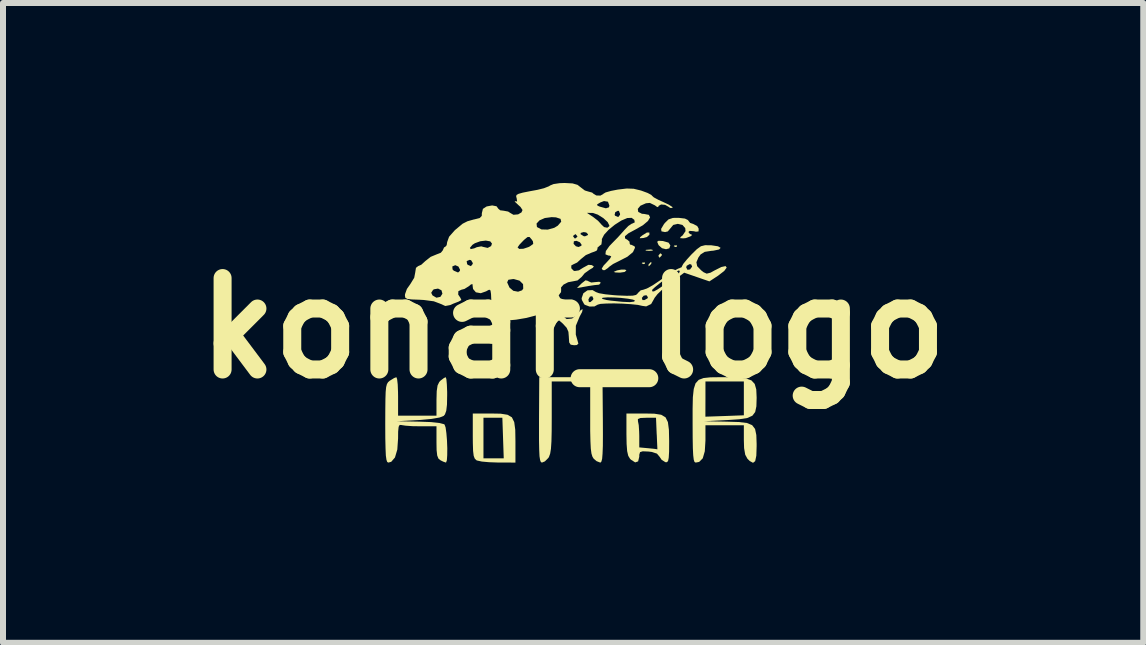
<source format=kicad_pcb>
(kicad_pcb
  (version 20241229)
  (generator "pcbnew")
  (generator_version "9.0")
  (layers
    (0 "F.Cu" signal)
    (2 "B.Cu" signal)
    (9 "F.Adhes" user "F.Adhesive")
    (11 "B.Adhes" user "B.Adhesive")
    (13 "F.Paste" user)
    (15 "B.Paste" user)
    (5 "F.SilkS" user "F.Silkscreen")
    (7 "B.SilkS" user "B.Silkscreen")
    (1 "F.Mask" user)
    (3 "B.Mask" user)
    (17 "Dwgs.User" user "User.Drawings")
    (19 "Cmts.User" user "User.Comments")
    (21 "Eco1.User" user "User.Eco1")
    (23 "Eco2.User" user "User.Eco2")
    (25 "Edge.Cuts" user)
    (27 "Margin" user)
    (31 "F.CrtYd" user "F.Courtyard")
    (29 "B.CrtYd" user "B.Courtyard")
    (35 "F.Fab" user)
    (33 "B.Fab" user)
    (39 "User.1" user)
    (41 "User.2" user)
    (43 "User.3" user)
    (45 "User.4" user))
  (footprint "konar_logo"
    (layer "F.Cu")
    (at 6.502 2.419)
    (property "Reference" "konar_logo" (at 0 0 0) (layer "F.SilkS") (effects (font (size 1.524 1.524) (thickness 0.3))))
    (attr board_only exclude_from_pos_files exclude_from_bom)
    (fp_poly (pts (xy 1.198 -1.091) (xy 1.193 -1.07) (xy 1.174 -1.067) (xy 1.145 -1.08) (xy 1.15 -1.091) (xy 1.192 -1.095)) (stroke (width 0) (type solid)) (fill yes) (layer "F.SilkS"))
    (fp_poly (pts (xy 1.731 -1.376) (xy 1.726 -1.354) (xy 1.708 -1.352) (xy 1.678 -1.365) (xy 1.684 -1.376) (xy 1.726 -1.38)) (stroke (width 0) (type solid)) (fill yes) (layer "F.SilkS"))
    (fp_poly (pts (xy 1.272 -1.556) (xy 1.229 -1.518) (xy 1.171 -1.502) (xy 1.112 -1.498) (xy 1.117 -1.516) (xy 1.154 -1.546) (xy 1.229 -1.593) (xy 1.271 -1.594)) (stroke (width 0) (type solid)) (fill yes) (layer "F.SilkS"))
    (fp_poly (pts (xy 1.305 -1.08) (xy 1.298 -1.067) (xy 1.265 -1.033) (xy 1.259 -1.032) (xy 1.256 -1.055) (xy 1.263 -1.067) (xy 1.296 -1.101) (xy 1.303 -1.103)) (stroke (width 0) (type solid)) (fill yes) (layer "F.SilkS"))
    (fp_poly (pts (xy 1.326 -1.304) (xy 1.327 -1.292) (xy 1.271 -1.288) (xy 1.263 -1.288) (xy 1.208 -1.293) (xy 1.213 -1.304) (xy 1.219 -1.305) (xy 1.297 -1.311)) (stroke (width 0) (type solid)) (fill yes) (layer "F.SilkS"))
    (fp_poly (pts (xy 1.482 -1.223) (xy 1.476 -1.21) (xy 1.444 -1.176) (xy 1.439 -1.174) (xy 1.423 -1.201) (xy 1.423 -1.21) (xy 1.45 -1.244) (xy 1.461 -1.245)) (stroke (width 0) (type solid)) (fill yes) (layer "F.SilkS"))
    (fp_poly (pts (xy 0.868 -0.975) (xy 0.889 -0.961) (xy 0.858 -0.936) (xy 0.783 -0.925) (xy 0.777 -0.925) (xy 0.704 -0.928) (xy 0.678 -0.937) (xy 0.679 -0.938) (xy 0.732 -0.962) (xy 0.806 -0.976)) (stroke (width 0) (type solid)) (fill yes) (layer "F.SilkS"))
    (fp_poly (pts (xy 1.497 -1.452) (xy 1.591 -1.425) (xy 1.621 -1.379) (xy 1.604 -1.33) (xy 1.549 -1.315) (xy 1.482 -1.332) (xy 1.427 -1.381) (xy 1.422 -1.39) (xy 1.401 -1.439) (xy 1.424 -1.456)) (stroke (width 0) (type solid)) (fill yes) (layer "F.SilkS"))
    (fp_poly (pts (xy 0.246 -0.788) (xy 0.248 -0.785) (xy 0.302 -0.76) (xy 0.368 -0.767) (xy 0.436 -0.773) (xy 0.462 -0.757) (xy 0.434 -0.725) (xy 0.418 -0.723) (xy 0.357 -0.717) (xy 0.258 -0.702) (xy 0.219 -0.695) (xy 0.064 -0.668) (xy 0.143 -0.747) (xy 0.207 -0.797)) (stroke (width 0) (type solid)) (fill yes) (layer "F.SilkS"))
    (fp_poly (pts (xy -1.208 1.426) (xy -1.093 1.444) (xy -1.02 1.487) (xy -0.981 1.567) (xy -0.964 1.695) (xy -0.961 1.882) (xy -0.961 1.897) (xy -0.961 2.241) (xy -1.254 2.24) (xy -1.399 2.235) (xy -1.521 2.224) (xy -1.599 2.207) (xy -1.61 2.203) (xy -1.638 2.176) (xy -1.641 2.17) (xy -1.494 2.17) (xy -1.325 2.17) (xy -1.156 2.17) (xy -1.179 1.494) (xy -1.494 1.494) (xy -1.494 2.17) (xy -1.641 2.17) (xy -1.657 2.128) (xy -1.667 2.045) (xy -1.671 1.913) (xy -1.672 1.795) (xy -1.672 1.423) (xy -1.375 1.423)) (stroke (width 0) (type solid)) (fill yes) (layer "F.SilkS"))
    (fp_poly (pts (xy 0.496 1.53) (xy 0.497 1.778) (xy 0.496 1.963) (xy 0.491 2.093) (xy 0.484 2.177) (xy 0.472 2.224) (xy 0.456 2.241) (xy 0.452 2.241) (xy 0.391 2.217) (xy 0.343 2.176) (xy 0.322 2.142) (xy 0.306 2.09) (xy 0.295 2.008) (xy 0.289 1.886) (xy 0.285 1.714) (xy 0.285 1.5) (xy 0.285 0.889) (xy -0.356 0.889) (xy -0.356 1.486) (xy -0.357 1.718) (xy -0.361 1.889) (xy -0.369 2.01) (xy -0.382 2.091) (xy -0.401 2.144) (xy -0.411 2.162) (xy -0.47 2.221) (xy -0.519 2.241) (xy -0.537 2.232) (xy -0.55 2.199) (xy -0.56 2.134) (xy -0.565 2.028) (xy -0.568 1.872) (xy -0.568 1.657) (xy -0.568 1.53) (xy -0.564 0.818) (xy 0.49 0.818)) (stroke (width 0) (type solid)) (fill yes) (layer "F.SilkS"))
    (fp_poly (pts (xy 1.864 -1.826) (xy 1.917 -1.8) (xy 1.921 -1.79) (xy 1.951 -1.753) (xy 2.001 -1.737) (xy 2.069 -1.701) (xy 2.093 -1.658) (xy 2.091 -1.612) (xy 2.048 -1.607) (xy 2.013 -1.615) (xy 1.944 -1.621) (xy 1.921 -1.602) (xy 1.949 -1.567) (xy 1.965 -1.565) (xy 1.984 -1.552) (xy 1.957 -1.53) (xy 1.876 -1.5) (xy 1.832 -1.496) (xy 1.783 -1.5) (xy 1.794 -1.521) (xy 1.826 -1.546) (xy 1.874 -1.617) (xy 1.869 -1.667) (xy 1.822 -1.72) (xy 1.745 -1.738) (xy 1.669 -1.72) (xy 1.625 -1.667) (xy 1.625 -1.667) (xy 1.579 -1.612) (xy 1.533 -1.601) (xy 1.473 -1.613) (xy 1.467 -1.654) (xy 1.514 -1.733) (xy 1.53 -1.753) (xy 1.59 -1.812) (xy 1.665 -1.837) (xy 1.761 -1.838)) (stroke (width 0) (type solid)) (fill yes) (layer "F.SilkS"))
    (fp_poly (pts (xy 1.353 1.426) (xy 1.468 1.444) (xy 1.541 1.487) (xy 1.58 1.566) (xy 1.597 1.694) (xy 1.601 1.88) (xy 1.601 1.9) (xy 1.6 2.059) (xy 1.594 2.16) (xy 1.583 2.215) (xy 1.563 2.235) (xy 1.539 2.235) (xy 1.476 2.195) (xy 1.443 2.146) (xy 1.398 2.092) (xy 1.313 2.064) (xy 1.256 2.057) (xy 1.16 2.053) (xy 1.116 2.067) (xy 1.103 2.111) (xy 1.103 2.143) (xy 1.084 2.221) (xy 1.035 2.238) (xy 0.963 2.192) (xy 0.948 2.176) (xy 0.919 2.128) (xy 0.901 2.05) (xy 0.892 1.93) (xy 0.889 1.767) (xy 0.889 1.515) (xy 1.08 1.515) (xy 1.081 1.55) (xy 1.081 1.55) (xy 1.094 1.617) (xy 1.101 1.725) (xy 1.103 1.797) (xy 1.103 1.988) (xy 1.254 2.002) (xy 1.346 2.011) (xy 1.4 2.019) (xy 1.405 2.022) (xy 1.404 1.992) (xy 1.4 1.908) (xy 1.395 1.787) (xy 1.393 1.761) (xy 1.382 1.494) (xy 1.221 1.494) (xy 1.122 1.498) (xy 1.08 1.515) (xy 0.889 1.515) (xy 0.889 1.423) (xy 1.186 1.423)) (stroke (width 0) (type solid)) (fill yes) (layer "F.SilkS"))
    (fp_poly (pts (xy 2.526 0.818) (xy 2.731 0.822) (xy 2.877 0.837) (xy 2.972 0.871) (xy 3.027 0.93) (xy 3.053 1.022) (xy 3.059 1.152) (xy 3.059 1.167) (xy 3.055 1.303) (xy 3.035 1.398) (xy 2.988 1.46) (xy 2.903 1.498) (xy 2.769 1.519) (xy 2.575 1.532) (xy 2.573 1.532) (xy 2.188 1.552) (xy 2.565 1.559) (xy 2.761 1.565) (xy 2.897 1.581) (xy 2.984 1.617) (xy 3.033 1.681) (xy 3.054 1.782) (xy 3.059 1.93) (xy 3.059 1.968) (xy 3.054 2.126) (xy 3.035 2.217) (xy 2.999 2.245) (xy 2.944 2.215) (xy 2.905 2.176) (xy 2.869 2.11) (xy 2.85 2) (xy 2.846 1.865) (xy 2.846 1.619) (xy 2.206 1.619) (xy 2.206 1.874) (xy 2.195 2.053) (xy 2.161 2.17) (xy 2.101 2.23) (xy 2.043 2.241) (xy 2.024 2.231) (xy 2.011 2.193) (xy 2.002 2.119) (xy 1.996 2) (xy 1.993 1.827) (xy 1.992 1.601) (xy 1.992 1.476) (xy 2.205 1.476) (xy 2.526 1.465) (xy 2.846 1.453) (xy 2.846 0.889) (xy 2.206 0.889) (xy 2.206 1.183) (xy 2.205 1.476) (xy 1.992 1.476) (xy 1.992 1.346) (xy 1.996 1.153) (xy 2.011 1.014) (xy 2.041 0.92) (xy 2.094 0.862) (xy 2.174 0.832) (xy 2.288 0.82) (xy 2.442 0.818)) (stroke (width 0) (type solid)) (fill yes) (layer "F.SilkS"))
    (fp_poly (pts (xy -2.112 0.851) (xy -2.104 0.939) (xy -2.099 1.064) (xy -2.099 1.116) (xy -2.102 1.275) (xy -2.114 1.377) (xy -2.136 1.438) (xy -2.157 1.463) (xy -2.226 1.49) (xy -2.357 1.513) (xy -2.54 1.53) (xy -2.575 1.532) (xy -2.935 1.552) (xy -2.56 1.559) (xy -2.368 1.566) (xy -2.229 1.581) (xy -2.152 1.601) (xy -2.142 1.608) (xy -2.125 1.656) (xy -2.112 1.75) (xy -2.102 1.871) (xy -2.097 2) (xy -2.098 2.117) (xy -2.104 2.204) (xy -2.118 2.241) (xy -2.119 2.241) (xy -2.163 2.226) (xy -2.208 2.204) (xy -2.244 2.175) (xy -2.265 2.123) (xy -2.275 2.033) (xy -2.277 1.902) (xy -2.277 1.636) (xy -2.541 1.636) (xy -2.677 1.634) (xy -2.791 1.626) (xy -2.858 1.616) (xy -2.861 1.615) (xy -2.891 1.613) (xy -2.908 1.645) (xy -2.916 1.724) (xy -2.917 1.838) (xy -2.93 2.024) (xy -2.969 2.156) (xy -3.031 2.228) (xy -3.079 2.241) (xy -3.098 2.231) (xy -3.111 2.194) (xy -3.121 2.123) (xy -3.126 2.007) (xy -3.13 1.839) (xy -3.131 1.61) (xy -3.131 1.585) (xy -3.13 1.354) (xy -3.128 1.183) (xy -3.124 1.063) (xy -3.116 0.983) (xy -3.103 0.933) (xy -3.084 0.901) (xy -3.058 0.878) (xy -3.051 0.874) (xy -2.983 0.832) (xy -2.945 0.818) (xy -2.933 0.851) (xy -2.923 0.939) (xy -2.918 1.067) (xy -2.917 1.138) (xy -2.917 1.459) (xy -2.277 1.459) (xy -2.277 1.197) (xy -2.273 1.05) (xy -2.259 0.956) (xy -2.231 0.898) (xy -2.212 0.877) (xy -2.153 0.832) (xy -2.123 0.818)) (stroke (width 0) (type solid)) (fill yes) (layer "F.SilkS"))
    (fp_poly (pts (xy 2.292 -1.381) (xy 2.302 -1.381) (xy 2.415 -1.364) (xy 2.459 -1.338) (xy 2.434 -1.311) (xy 2.339 -1.291) (xy 2.302 -1.288) (xy 2.193 -1.271) (xy 2.126 -1.229) (xy 2.089 -1.178) (xy 2.055 -1.098) (xy 2.068 -1.032) (xy 2.136 -0.962) (xy 2.176 -0.931) (xy 2.227 -0.908) (xy 2.29 -0.924) (xy 2.353 -0.959) (xy 2.472 -1.019) (xy 2.542 -1.034) (xy 2.56 -1.009) (xy 2.519 -0.953) (xy 2.417 -0.874) (xy 2.272 -0.779) (xy 1.852 -0.924) (xy 1.611 -0.744) (xy 1.497 -0.653) (xy 1.407 -0.567) (xy 1.357 -0.503) (xy 1.351 -0.49) (xy 1.301 -0.402) (xy 1.218 -0.362) (xy 1.152 -0.371) (xy 1.08 -0.387) (xy 0.965 -0.399) (xy 0.826 -0.408) (xy 0.683 -0.412) (xy 0.553 -0.41) (xy 0.456 -0.404) (xy 0.409 -0.391) (xy 0.408 -0.39) (xy 0.355 -0.361) (xy 0.273 -0.36) (xy 0.198 -0.388) (xy 0.185 -0.398) (xy 0.147 -0.468) (xy 0.145 -0.478) (xy 0.255 -0.478) (xy 0.263 -0.434) (xy 0.29 -0.435) (xy 0.334 -0.474) (xy 0.338 -0.492) (xy 0.334 -0.501) (xy 0.48 -0.501) (xy 0.491 -0.486) (xy 0.557 -0.469) (xy 0.623 -0.459) (xy 0.817 -0.439) (xy 0.946 -0.433) (xy 1.016 -0.442) (xy 1.032 -0.458) (xy 1 -0.475) (xy 0.917 -0.49) (xy 0.805 -0.503) (xy 0.797 -0.504) (xy 1.146 -0.504) (xy 1.156 -0.468) (xy 1.19 -0.468) (xy 1.24 -0.496) (xy 1.247 -0.516) (xy 1.222 -0.549) (xy 1.177 -0.541) (xy 1.146 -0.504) (xy 0.797 -0.504) (xy 0.684 -0.511) (xy 0.575 -0.513) (xy 0.499 -0.507) (xy 0.48 -0.501) (xy 0.334 -0.501) (xy 0.319 -0.532) (xy 0.281 -0.525) (xy 0.255 -0.478) (xy 0.145 -0.478) (xy 0.142 -0.498) (xy 0.171 -0.581) (xy 0.24 -0.63) (xy 0.324 -0.634) (xy 0.381 -0.601) (xy 0.432 -0.582) (xy 0.536 -0.564) (xy 0.673 -0.55) (xy 0.739 -0.545) (xy 0.895 -0.539) (xy 0.994 -0.541) (xy 1.049 -0.553) (xy 1.076 -0.577) (xy 1.079 -0.584) (xy 1.128 -0.631) (xy 1.14 -0.633) (xy 1.316 -0.633) (xy 1.323 -0.611) (xy 1.35 -0.613) (xy 1.409 -0.646) (xy 1.51 -0.714) (xy 1.567 -0.754) (xy 1.694 -0.85) (xy 1.766 -0.917) (xy 1.78 -0.954) (xy 1.759 -0.961) (xy 1.718 -0.941) (xy 1.64 -0.89) (xy 1.544 -0.822) (xy 1.447 -0.75) (xy 1.367 -0.685) (xy 1.321 -0.642) (xy 1.316 -0.633) (xy 1.14 -0.633) (xy 1.171 -0.64) (xy 1.231 -0.661) (xy 1.329 -0.715) (xy 1.445 -0.793) (xy 1.48 -0.818) (xy 1.595 -0.9) (xy 1.693 -0.962) (xy 1.756 -0.994) (xy 1.766 -0.996) (xy 1.798 -1.011) (xy 1.885 -1.011) (xy 1.906 -0.972) (xy 1.949 -0.978) (xy 1.984 -1.025) (xy 1.969 -1.061) (xy 1.942 -1.067) (xy 1.893 -1.039) (xy 1.885 -1.011) (xy 1.798 -1.011) (xy 1.81 -1.016) (xy 1.814 -1.03) (xy 1.837 -1.072) (xy 1.898 -1.146) (xy 1.973 -1.228) (xy 2.064 -1.317) (xy 2.131 -1.365) (xy 2.199 -1.382)) (stroke (width 0) (type solid)) (fill yes) (layer "F.SilkS"))
    (fp_poly (pts (xy -0.009 -2.412) (xy 0.074 -2.388) (xy 0.125 -2.348) (xy 0.196 -2.294) (xy 0.252 -2.277) (xy 0.318 -2.259) (xy 0.338 -2.241) (xy 0.387 -2.211) (xy 0.455 -2.209) (xy 0.501 -2.234) (xy 0.504 -2.239) (xy 0.543 -2.262) (xy 0.632 -2.287) (xy 0.744 -2.309) (xy 0.894 -2.327) (xy 1.01 -2.323) (xy 1.129 -2.294) (xy 1.144 -2.289) (xy 1.242 -2.253) (xy 1.304 -2.22) (xy 1.316 -2.206) (xy 1.346 -2.179) (xy 1.424 -2.137) (xy 1.5 -2.103) (xy 1.595 -2.058) (xy 1.652 -2.021) (xy 1.659 -2.003) (xy 1.618 -2.003) (xy 1.593 -2.021) (xy 1.533 -2.055) (xy 1.467 -2.061) (xy 1.426 -2.038) (xy 1.423 -2.025) (xy 1.403 -2.017) (xy 1.364 -2.046) (xy 1.279 -2.087) (xy 1.214 -2.081) (xy 1.122 -2.04) (xy 1.078 -1.987) (xy 1.086 -1.937) (xy 1.147 -1.906) (xy 1.185 -1.903) (xy 1.263 -1.888) (xy 1.283 -1.846) (xy 1.248 -1.786) (xy 1.164 -1.715) (xy 1.045 -1.647) (xy 0.923 -1.581) (xy 0.864 -1.532) (xy 0.866 -1.495) (xy 0.907 -1.471) (xy 0.943 -1.438) (xy 0.94 -1.419) (xy 0.951 -1.392) (xy 0.976 -1.387) (xy 1.025 -1.363) (xy 1.032 -1.34) (xy 0.998 -1.267) (xy 0.905 -1.19) (xy 0.765 -1.118) (xy 0.667 -1.069) (xy 0.596 -1.018) (xy 0.585 -1.005) (xy 0.529 -0.967) (xy 0.496 -0.967) (xy 0.477 -0.992) (xy 0.51 -1.045) (xy 0.544 -1.08) (xy 0.614 -1.156) (xy 0.636 -1.195) (xy 0.611 -1.208) (xy 0.587 -1.21) (xy 0.539 -1.23) (xy 0.546 -1.285) (xy 0.605 -1.368) (xy 0.649 -1.414) (xy 0.746 -1.513) (xy 0.838 -1.615) (xy 0.854 -1.634) (xy 0.921 -1.703) (xy 0.978 -1.741) (xy 0.987 -1.743) (xy 1.028 -1.763) (xy 1.02 -1.805) (xy 0.976 -1.838) (xy 0.903 -1.835) (xy 0.804 -1.793) (xy 0.696 -1.724) (xy 0.594 -1.641) (xy 0.517 -1.557) (xy 0.479 -1.484) (xy 0.48 -1.459) (xy 0.472 -1.395) (xy 0.443 -1.374) (xy 0.405 -1.34) (xy 0.407 -1.319) (xy 0.391 -1.29) (xy 0.326 -1.264) (xy 0.317 -1.262) (xy 0.212 -1.217) (xy 0.133 -1.153) (xy 0.067 -1.093) (xy 0.012 -1.067) (xy 0.011 -1.067) (xy -0.03 -1.045) (xy -0.03 -0.998) (xy 0.008 -0.958) (xy 0.027 -0.952) (xy 0.097 -0.963) (xy 0.167 -1.007) (xy 0.255 -1.055) (xy 0.309 -1.051) (xy 0.346 -1.03) (xy 0.328 -1.005) (xy 0.277 -0.975) (xy 0.193 -0.915) (xy 0.142 -0.853) (xy 0.074 -0.795) (xy 0.008 -0.782) (xy -0.083 -0.765) (xy -0.16 -0.725) (xy -0.201 -0.677) (xy -0.199 -0.645) (xy -0.201 -0.598) (xy -0.211 -0.588) (xy -0.24 -0.545) (xy -0.216 -0.5) (xy -0.155 -0.472) (xy -0.1 -0.471) (xy -0.014 -0.473) (xy 0.018 -0.455) (xy -0.01 -0.428) (xy -0.068 -0.41) (xy -0.181 -0.368) (xy -0.23 -0.308) (xy -0.213 -0.235) (xy -0.195 -0.213) (xy -0.106 -0.151) (xy -0.016 -0.16) (xy 0.065 -0.231) (xy 0.13 -0.303) (xy 0.16 -0.315) (xy 0.15 -0.269) (xy 0.11 -0.194) (xy 0.046 -0.04) (xy 0.045 0.107) (xy 0.07 0.193) (xy 0.088 0.259) (xy 0.062 0.282) (xy 0.017 0.285) (xy -0.04 0.276) (xy -0.065 0.239) (xy -0.071 0.151) (xy -0.071 0.146) (xy -0.078 0.062) (xy -0.107 -0.005) (xy -0.172 -0.076) (xy -0.242 -0.136) (xy -0.413 -0.28) (xy -0.621 -0.211) (xy -0.778 -0.17) (xy -0.95 -0.141) (xy -1.036 -0.133) (xy -1.185 -0.136) (xy -1.281 -0.168) (xy -1.335 -0.241) (xy -1.359 -0.367) (xy -1.363 -0.452) (xy -1.368 -0.569) (xy -1.377 -0.628) (xy -1.398 -0.641) (xy -1.437 -0.621) (xy -1.448 -0.614) (xy -1.539 -0.582) (xy -1.62 -0.597) (xy -1.667 -0.652) (xy -1.672 -0.684) (xy -1.677 -0.734) (xy -1.703 -0.728) (xy -1.737 -0.699) (xy -1.811 -0.653) (xy -1.862 -0.64) (xy -1.912 -0.616) (xy -1.915 -0.56) (xy -1.879 -0.506) (xy -1.862 -0.468) (xy -1.906 -0.443) (xy -1.996 -0.408) (xy -2.05 -0.384) (xy -2.13 -0.369) (xy -2.215 -0.407) (xy -2.321 -0.447) (xy -2.487 -0.469) (xy -2.557 -0.473) (xy -2.688 -0.478) (xy -2.763 -0.487) (xy -2.797 -0.507) (xy -2.803 -0.543) (xy -2.801 -0.566) (xy -2.793 -0.589) (xy -2.365 -0.589) (xy -2.343 -0.545) (xy -2.278 -0.507) (xy -2.212 -0.521) (xy -2.178 -0.574) (xy -2.194 -0.631) (xy -2.251 -0.659) (xy -2.32 -0.647) (xy -2.335 -0.636) (xy -2.365 -0.589) (xy -2.793 -0.589) (xy -2.77 -0.653) (xy -2.713 -0.734) (xy -2.695 -0.763) (xy -1.099 -0.763) (xy -1.062 -0.68) (xy -1.059 -0.675) (xy -0.996 -0.622) (xy -0.917 -0.607) (xy -0.851 -0.63) (xy -0.831 -0.659) (xy -0.834 -0.733) (xy -0.892 -0.791) (xy -0.988 -0.818) (xy -1 -0.818) (xy -1.079 -0.806) (xy -1.099 -0.763) (xy -2.695 -0.763) (xy -2.648 -0.84) (xy -2.632 -0.923) (xy -2.619 -1.005) (xy -2.592 -1.026) (xy -2.013 -1.026) (xy -2.009 -0.978) (xy -1.988 -0.957) (xy -1.917 -0.927) (xy -1.887 -0.954) (xy -1.885 -0.974) (xy -1.911 -1.026) (xy -1.964 -1.049) (xy -2.011 -1.029) (xy -2.013 -1.026) (xy -2.592 -1.026) (xy -2.586 -1.032) (xy -2.531 -1.056) (xy -2.465 -1.116) (xy -2.465 -1.117) (xy -1.774 -1.117) (xy -1.766 -1.068) (xy -1.755 -1.055) (xy -1.703 -1.033) (xy -1.673 -1.07) (xy -1.672 -1.085) (xy -1.7 -1.132) (xy -1.725 -1.138) (xy -1.774 -1.117) (xy -2.465 -1.117) (xy -2.464 -1.117) (xy -2.374 -1.188) (xy -2.28 -1.227) (xy -2.204 -1.257) (xy -2.17 -1.299) (xy -2.17 -1.301) (xy -2.154 -1.338) (xy -1.72 -1.338) (xy -1.707 -1.317) (xy -1.647 -1.33) (xy -1.605 -1.349) (xy -1.531 -1.363) (xy -1.495 -1.353) (xy -1.424 -1.337) (xy -1.412 -1.343) (xy -0.924 -1.343) (xy -0.897 -1.32) (xy -0.828 -1.323) (xy -0.744 -1.351) (xy -0.72 -1.363) (xy -0.665 -1.403) (xy -0.665 -1.405) (xy 0.008 -1.405) (xy 0.047 -1.364) (xy 0.091 -1.352) (xy 0.137 -1.372) (xy 0.142 -1.389) (xy 0.114 -1.43) (xy 0.057 -1.455) (xy 0.013 -1.448) (xy 0.008 -1.405) (xy -0.665 -1.405) (xy -0.669 -1.445) (xy -0.689 -1.476) (xy -0.726 -1.519) (xy -0.76 -1.518) (xy -0.816 -1.472) (xy -0.831 -1.457) (xy -0.893 -1.392) (xy -0.924 -1.347) (xy -0.924 -1.343) (xy -1.412 -1.343) (xy -1.367 -1.367) (xy -1.352 -1.409) (xy -1.381 -1.446) (xy -1.454 -1.459) (xy -1.547 -1.448) (xy -1.637 -1.415) (xy -1.677 -1.389) (xy -1.72 -1.338) (xy -2.154 -1.338) (xy -2.15 -1.347) (xy -2.134 -1.352) (xy -2.107 -1.382) (xy -2.099 -1.434) (xy -2.067 -1.523) (xy -2.061 -1.53) (xy 0 -1.53) (xy 0.027 -1.495) (xy 0.036 -1.494) (xy 0.07 -1.521) (xy 0.071 -1.53) (xy 0.044 -1.564) (xy 0.036 -1.565) (xy 0.125 -1.565) (xy 0.176 -1.533) (xy 0.198 -1.53) (xy 0.244 -1.55) (xy 0.249 -1.565) (xy 0.219 -1.594) (xy 0.176 -1.601) (xy 0.127 -1.587) (xy 0.125 -1.565) (xy 0.036 -1.565) (xy 0.001 -1.538) (xy 0 -1.53) (xy -2.061 -1.53) (xy -1.97 -1.633) (xy -1.839 -1.742) (xy -1.836 -1.743) (xy -0.609 -1.743) (xy -0.603 -1.688) (xy -0.599 -1.683) (xy -0.527 -1.645) (xy -0.422 -1.642) (xy -0.314 -1.672) (xy -0.255 -1.708) (xy -0.198 -1.774) (xy -0.209 -1.821) (xy -0.285 -1.846) (xy -0.357 -1.85) (xy -0.471 -1.835) (xy -0.56 -1.796) (xy -0.609 -1.743) (xy -1.836 -1.743) (xy -1.761 -1.781) (xy -1.655 -1.811) (xy -1.643 -1.813) (xy -1.556 -1.835) (xy -1.522 -1.871) (xy -1.521 -1.915) (xy -1.503 -1.988) (xy -1.441 -2.028) (xy -1.349 -2.045) (xy -1.276 -2.031) (xy -1.245 -1.989) (xy -1.245 -1.988) (xy -1.215 -1.964) (xy -1.158 -1.957) (xy -1.083 -1.943) (xy -1.049 -1.921) (xy -0.994 -1.889) (xy -0.916 -1.896) (xy -0.874 -1.921) (xy 0.231 -1.921) (xy 0.335 -1.852) (xy 0.416 -1.789) (xy 0.469 -1.731) (xy 0.47 -1.728) (xy 0.517 -1.684) (xy 0.571 -1.673) (xy 0.604 -1.699) (xy 0.605 -1.709) (xy 0.576 -1.767) (xy 0.505 -1.833) (xy 0.419 -1.887) (xy 0.692 -1.887) (xy 0.701 -1.873) (xy 0.752 -1.851) (xy 0.782 -1.889) (xy 0.783 -1.903) (xy 0.765 -1.951) (xy 0.749 -1.957) (xy 0.703 -1.933) (xy 0.692 -1.887) (xy 0.419 -1.887) (xy 0.416 -1.89) (xy 0.333 -1.919) (xy 0.32 -1.92) (xy 0.231 -1.921) (xy -0.874 -1.921) (xy -0.861 -1.928) (xy -0.843 -1.968) (xy -0.877 -2.02) (xy -0.916 -2.055) (xy -0.923 -2.062) (xy 0.4 -2.062) (xy 0.406 -2.042) (xy 0.445 -2.025) (xy 0.547 -1.997) (xy 0.598 -2.014) (xy 0.605 -2.043) (xy 0.581 -2.107) (xy 0.515 -2.118) (xy 0.455 -2.095) (xy 0.4 -2.062) (xy -0.923 -2.062) (xy -0.967 -2.103) (xy -0.974 -2.118) (xy -0.966 -2.115) (xy -0.933 -2.111) (xy -0.94 -2.161) (xy -0.949 -2.195) (xy -0.943 -2.219) (xy -0.91 -2.238) (xy -0.84 -2.258) (xy -0.719 -2.282) (xy -0.594 -2.305) (xy -0.485 -2.332) (xy -0.404 -2.364) (xy -0.382 -2.378) (xy -0.326 -2.401) (xy -0.225 -2.416) (xy -0.141 -2.419)) (stroke (width 0) (type solid)) (fill yes) (layer "F.SilkS")))
  (gr_rect
    (start -3 -3)
    (end 16.005 7.664)
    (stroke (width 0.1) (type default))
    (fill no)
    (layer "Edge.Cuts")))
</source>
